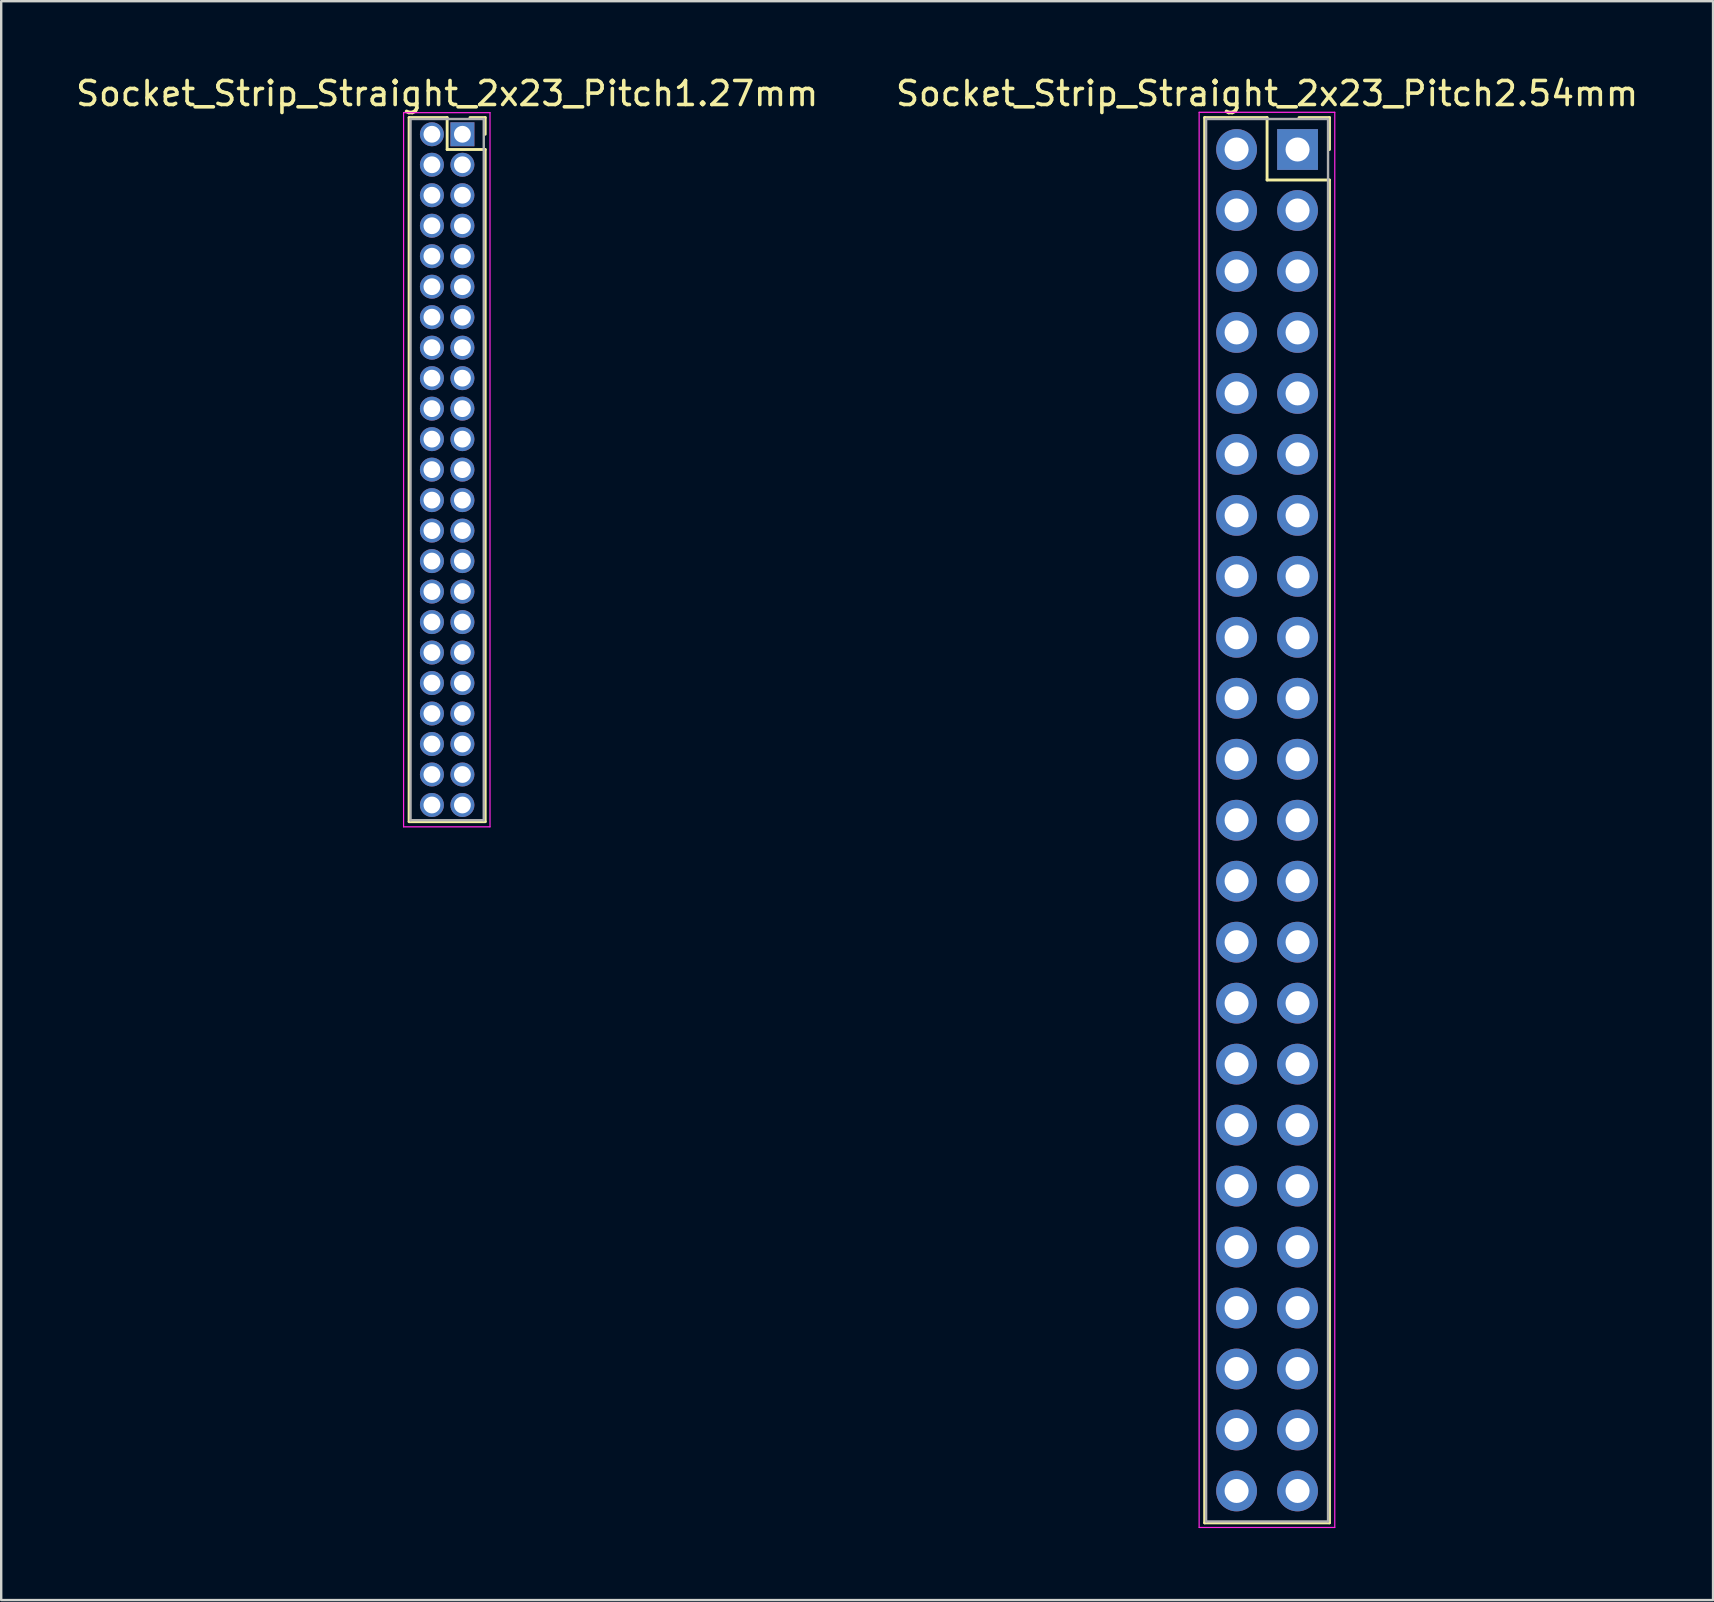
<source format=kicad_pcb>
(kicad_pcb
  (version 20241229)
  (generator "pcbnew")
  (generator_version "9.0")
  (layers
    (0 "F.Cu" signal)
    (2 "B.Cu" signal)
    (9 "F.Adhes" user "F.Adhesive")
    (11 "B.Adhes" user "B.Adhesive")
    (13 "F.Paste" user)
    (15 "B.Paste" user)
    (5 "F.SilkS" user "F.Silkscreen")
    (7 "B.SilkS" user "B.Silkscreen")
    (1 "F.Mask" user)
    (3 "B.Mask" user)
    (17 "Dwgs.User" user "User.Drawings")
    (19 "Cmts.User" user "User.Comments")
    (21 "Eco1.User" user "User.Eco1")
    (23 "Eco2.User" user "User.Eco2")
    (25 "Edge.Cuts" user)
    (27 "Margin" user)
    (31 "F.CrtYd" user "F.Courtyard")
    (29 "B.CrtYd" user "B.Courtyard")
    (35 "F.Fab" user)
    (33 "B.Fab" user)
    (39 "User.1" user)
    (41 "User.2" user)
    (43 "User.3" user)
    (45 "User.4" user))
  (footprint "Socket_Strip_Straight_2x23_Pitch2.54mm"
    (layer "F.Cu")
    (at 51.002 3.178)
    (property "Reference" "Socket_Strip_Straight_2x23_Pitch2.54mm" (at -1.27 -2.33 0) (layer "F.SilkS") (effects (font (size 1 1) (thickness 0.15))))
    (attr through_hole)
    (fp_line (start -3.87 -1.33) (end -1.27 -1.33) (stroke (width 0.12) (type solid)) (layer "F.SilkS"))
    (fp_line (start -3.87 57.21) (end -3.87 -1.33) (stroke (width 0.12) (type solid)) (layer "F.SilkS"))
    (fp_line (start -1.27 -1.33) (end -1.27 1.27) (stroke (width 0.12) (type solid)) (layer "F.SilkS"))
    (fp_line (start -1.27 1.27) (end 1.33 1.27) (stroke (width 0.12) (type solid)) (layer "F.SilkS"))
    (fp_line (start 1.33 -1.33) (end 0.06 -1.33) (stroke (width 0.12) (type solid)) (layer "F.SilkS"))
    (fp_line (start 1.33 0) (end 1.33 -1.33) (stroke (width 0.12) (type solid)) (layer "F.SilkS"))
    (fp_line (start 1.33 1.27) (end 1.33 57.21) (stroke (width 0.12) (type solid)) (layer "F.SilkS"))
    (fp_line (start 1.33 57.21) (end -3.87 57.21) (stroke (width 0.12) (type solid)) (layer "F.SilkS"))
    (fp_line (start -4.1 -1.55) (end -4.1 57.4) (stroke (width 0.05) (type solid)) (layer "F.CrtYd"))
    (fp_line (start -4.1 57.4) (end 1.55 57.4) (stroke (width 0.05) (type solid)) (layer "F.CrtYd"))
    (fp_line (start 1.55 -1.55) (end -4.1 -1.55) (stroke (width 0.05) (type solid)) (layer "F.CrtYd"))
    (fp_line (start 1.55 57.4) (end 1.55 -1.55) (stroke (width 0.05) (type solid)) (layer "F.CrtYd"))
    (fp_line (start -3.81 -1.27) (end -3.81 57.15) (stroke (width 0.1) (type solid)) (layer "F.Fab"))
    (fp_line (start -3.81 57.15) (end 1.27 57.15) (stroke (width 0.1) (type solid)) (layer "F.Fab"))
    (fp_line (start 1.27 -1.27) (end -3.81 -1.27) (stroke (width 0.1) (type solid)) (layer "F.Fab"))
    (fp_line (start 1.27 57.15) (end 1.27 -1.27) (stroke (width 0.1) (type solid)) (layer "F.Fab"))
    (pad "1" thru_hole rect (at 0 0) (size 1.7 1.7) (drill 1) (layers "*.Cu" "*.Mask"))
    (pad "2" thru_hole oval (at -2.54 0) (size 1.7 1.7) (drill 1) (layers "*.Cu" "*.Mask"))
    (pad "3" thru_hole oval (at 0 2.54) (size 1.7 1.7) (drill 1) (layers "*.Cu" "*.Mask"))
    (pad "4" thru_hole oval (at -2.54 2.54) (size 1.7 1.7) (drill 1) (layers "*.Cu" "*.Mask"))
    (pad "5" thru_hole oval (at 0 5.08) (size 1.7 1.7) (drill 1) (layers "*.Cu" "*.Mask"))
    (pad "6" thru_hole oval (at -2.54 5.08) (size 1.7 1.7) (drill 1) (layers "*.Cu" "*.Mask"))
    (pad "7" thru_hole oval (at 0 7.62) (size 1.7 1.7) (drill 1) (layers "*.Cu" "*.Mask"))
    (pad "8" thru_hole oval (at -2.54 7.62) (size 1.7 1.7) (drill 1) (layers "*.Cu" "*.Mask"))
    (pad "9" thru_hole oval (at 0 10.16) (size 1.7 1.7) (drill 1) (layers "*.Cu" "*.Mask"))
    (pad "10" thru_hole oval (at -2.54 10.16) (size 1.7 1.7) (drill 1) (layers "*.Cu" "*.Mask"))
    (pad "11" thru_hole oval (at 0 12.7) (size 1.7 1.7) (drill 1) (layers "*.Cu" "*.Mask"))
    (pad "12" thru_hole oval (at -2.54 12.7) (size 1.7 1.7) (drill 1) (layers "*.Cu" "*.Mask"))
    (pad "13" thru_hole oval (at 0 15.24) (size 1.7 1.7) (drill 1) (layers "*.Cu" "*.Mask"))
    (pad "14" thru_hole oval (at -2.54 15.24) (size 1.7 1.7) (drill 1) (layers "*.Cu" "*.Mask"))
    (pad "15" thru_hole oval (at 0 17.78) (size 1.7 1.7) (drill 1) (layers "*.Cu" "*.Mask"))
    (pad "16" thru_hole oval (at -2.54 17.78) (size 1.7 1.7) (drill 1) (layers "*.Cu" "*.Mask"))
    (pad "17" thru_hole oval (at 0 20.32) (size 1.7 1.7) (drill 1) (layers "*.Cu" "*.Mask"))
    (pad "18" thru_hole oval (at -2.54 20.32) (size 1.7 1.7) (drill 1) (layers "*.Cu" "*.Mask"))
    (pad "19" thru_hole oval (at 0 22.86) (size 1.7 1.7) (drill 1) (layers "*.Cu" "*.Mask"))
    (pad "20" thru_hole oval (at -2.54 22.86) (size 1.7 1.7) (drill 1) (layers "*.Cu" "*.Mask"))
    (pad "21" thru_hole oval (at 0 25.4) (size 1.7 1.7) (drill 1) (layers "*.Cu" "*.Mask"))
    (pad "22" thru_hole oval (at -2.54 25.4) (size 1.7 1.7) (drill 1) (layers "*.Cu" "*.Mask"))
    (pad "23" thru_hole oval (at 0 27.94) (size 1.7 1.7) (drill 1) (layers "*.Cu" "*.Mask"))
    (pad "24" thru_hole oval (at -2.54 27.94) (size 1.7 1.7) (drill 1) (layers "*.Cu" "*.Mask"))
    (pad "25" thru_hole oval (at 0 30.48) (size 1.7 1.7) (drill 1) (layers "*.Cu" "*.Mask"))
    (pad "26" thru_hole oval (at -2.54 30.48) (size 1.7 1.7) (drill 1) (layers "*.Cu" "*.Mask"))
    (pad "27" thru_hole oval (at 0 33.02) (size 1.7 1.7) (drill 1) (layers "*.Cu" "*.Mask"))
    (pad "28" thru_hole oval (at -2.54 33.02) (size 1.7 1.7) (drill 1) (layers "*.Cu" "*.Mask"))
    (pad "29" thru_hole oval (at 0 35.56) (size 1.7 1.7) (drill 1) (layers "*.Cu" "*.Mask"))
    (pad "30" thru_hole oval (at -2.54 35.56) (size 1.7 1.7) (drill 1) (layers "*.Cu" "*.Mask"))
    (pad "31" thru_hole oval (at 0 38.1) (size 1.7 1.7) (drill 1) (layers "*.Cu" "*.Mask"))
    (pad "32" thru_hole oval (at -2.54 38.1) (size 1.7 1.7) (drill 1) (layers "*.Cu" "*.Mask"))
    (pad "33" thru_hole oval (at 0 40.64) (size 1.7 1.7) (drill 1) (layers "*.Cu" "*.Mask"))
    (pad "34" thru_hole oval (at -2.54 40.64) (size 1.7 1.7) (drill 1) (layers "*.Cu" "*.Mask"))
    (pad "35" thru_hole oval (at 0 43.18) (size 1.7 1.7) (drill 1) (layers "*.Cu" "*.Mask"))
    (pad "36" thru_hole oval (at -2.54 43.18) (size 1.7 1.7) (drill 1) (layers "*.Cu" "*.Mask"))
    (pad "37" thru_hole oval (at 0 45.72) (size 1.7 1.7) (drill 1) (layers "*.Cu" "*.Mask"))
    (pad "38" thru_hole oval (at -2.54 45.72) (size 1.7 1.7) (drill 1) (layers "*.Cu" "*.Mask"))
    (pad "39" thru_hole oval (at 0 48.26) (size 1.7 1.7) (drill 1) (layers "*.Cu" "*.Mask"))
    (pad "40" thru_hole oval (at -2.54 48.26) (size 1.7 1.7) (drill 1) (layers "*.Cu" "*.Mask"))
    (pad "41" thru_hole oval (at 0 50.8) (size 1.7 1.7) (drill 1) (layers "*.Cu" "*.Mask"))
    (pad "42" thru_hole oval (at -2.54 50.8) (size 1.7 1.7) (drill 1) (layers "*.Cu" "*.Mask"))
    (pad "43" thru_hole oval (at 0 53.34) (size 1.7 1.7) (drill 1) (layers "*.Cu" "*.Mask"))
    (pad "44" thru_hole oval (at -2.54 53.34) (size 1.7 1.7) (drill 1) (layers "*.Cu" "*.Mask"))
    (pad "45" thru_hole oval (at 0 55.88) (size 1.7 1.7) (drill 1) (layers "*.Cu" "*.Mask"))
    (pad "46" thru_hole oval (at -2.54 55.88) (size 1.7 1.7) (drill 1) (layers "*.Cu" "*.Mask")))
  (footprint "Socket_Strip_Straight_2x23_Pitch1.27mm"
    (layer "F.Cu")
    (at 16.212 2.543)
    (property "Reference" "Socket_Strip_Straight_2x23_Pitch1.27mm" (at -0.635 -1.695 0) (layer "F.SilkS") (effects (font (size 1 1) (thickness 0.15))))
    (attr through_hole)
    (fp_line (start -2.22 -0.695) (end -0.635 -0.695) (stroke (width 0.12) (type solid)) (layer "F.SilkS"))
    (fp_line (start -2.22 28.635) (end -2.22 -0.695) (stroke (width 0.12) (type solid)) (layer "F.SilkS"))
    (fp_line (start -0.635 -0.695) (end -0.635 0.635) (stroke (width 0.12) (type solid)) (layer "F.SilkS"))
    (fp_line (start -0.635 0.635) (end 0.95 0.635) (stroke (width 0.12) (type solid)) (layer "F.SilkS"))
    (fp_line (start 0.95 -0.695) (end 0.315 -0.695) (stroke (width 0.12) (type solid)) (layer "F.SilkS"))
    (fp_line (start 0.95 0) (end 0.95 -0.695) (stroke (width 0.12) (type solid)) (layer "F.SilkS"))
    (fp_line (start 0.95 0.635) (end 0.95 28.635) (stroke (width 0.12) (type solid)) (layer "F.SilkS"))
    (fp_line (start 0.95 28.635) (end -2.22 28.635) (stroke (width 0.12) (type solid)) (layer "F.SilkS"))
    (fp_line (start -2.45 -0.9) (end -2.45 28.85) (stroke (width 0.05) (type solid)) (layer "F.CrtYd"))
    (fp_line (start -2.45 28.85) (end 1.15 28.85) (stroke (width 0.05) (type solid)) (layer "F.CrtYd"))
    (fp_line (start 1.15 -0.9) (end -2.45 -0.9) (stroke (width 0.05) (type solid)) (layer "F.CrtYd"))
    (fp_line (start 1.15 28.85) (end 1.15 -0.9) (stroke (width 0.05) (type solid)) (layer "F.CrtYd"))
    (fp_line (start -2.16 -0.635) (end -2.16 28.575) (stroke (width 0.1) (type solid)) (layer "F.Fab"))
    (fp_line (start -2.16 28.575) (end 0.89 28.575) (stroke (width 0.1) (type solid)) (layer "F.Fab"))
    (fp_line (start 0.89 -0.635) (end -2.16 -0.635) (stroke (width 0.1) (type solid)) (layer "F.Fab"))
    (fp_line (start 0.89 28.575) (end 0.89 -0.635) (stroke (width 0.1) (type solid)) (layer "F.Fab"))
    (pad "1" thru_hole rect (at 0 0) (size 1 1) (drill 0.7) (layers "*.Cu" "*.Mask"))
    (pad "2" thru_hole oval (at -1.27 0) (size 1 1) (drill 0.7) (layers "*.Cu" "*.Mask"))
    (pad "3" thru_hole oval (at 0 1.27) (size 1 1) (drill 0.7) (layers "*.Cu" "*.Mask"))
    (pad "4" thru_hole oval (at -1.27 1.27) (size 1 1) (drill 0.7) (layers "*.Cu" "*.Mask"))
    (pad "5" thru_hole oval (at 0 2.54) (size 1 1) (drill 0.7) (layers "*.Cu" "*.Mask"))
    (pad "6" thru_hole oval (at -1.27 2.54) (size 1 1) (drill 0.7) (layers "*.Cu" "*.Mask"))
    (pad "7" thru_hole oval (at 0 3.81) (size 1 1) (drill 0.7) (layers "*.Cu" "*.Mask"))
    (pad "8" thru_hole oval (at -1.27 3.81) (size 1 1) (drill 0.7) (layers "*.Cu" "*.Mask"))
    (pad "9" thru_hole oval (at 0 5.08) (size 1 1) (drill 0.7) (layers "*.Cu" "*.Mask"))
    (pad "10" thru_hole oval (at -1.27 5.08) (size 1 1) (drill 0.7) (layers "*.Cu" "*.Mask"))
    (pad "11" thru_hole oval (at 0 6.35) (size 1 1) (drill 0.7) (layers "*.Cu" "*.Mask"))
    (pad "12" thru_hole oval (at -1.27 6.35) (size 1 1) (drill 0.7) (layers "*.Cu" "*.Mask"))
    (pad "13" thru_hole oval (at 0 7.62) (size 1 1) (drill 0.7) (layers "*.Cu" "*.Mask"))
    (pad "14" thru_hole oval (at -1.27 7.62) (size 1 1) (drill 0.7) (layers "*.Cu" "*.Mask"))
    (pad "15" thru_hole oval (at 0 8.89) (size 1 1) (drill 0.7) (layers "*.Cu" "*.Mask"))
    (pad "16" thru_hole oval (at -1.27 8.89) (size 1 1) (drill 0.7) (layers "*.Cu" "*.Mask"))
    (pad "17" thru_hole oval (at 0 10.16) (size 1 1) (drill 0.7) (layers "*.Cu" "*.Mask"))
    (pad "18" thru_hole oval (at -1.27 10.16) (size 1 1) (drill 0.7) (layers "*.Cu" "*.Mask"))
    (pad "19" thru_hole oval (at 0 11.43) (size 1 1) (drill 0.7) (layers "*.Cu" "*.Mask"))
    (pad "20" thru_hole oval (at -1.27 11.43) (size 1 1) (drill 0.7) (layers "*.Cu" "*.Mask"))
    (pad "21" thru_hole oval (at 0 12.7) (size 1 1) (drill 0.7) (layers "*.Cu" "*.Mask"))
    (pad "22" thru_hole oval (at -1.27 12.7) (size 1 1) (drill 0.7) (layers "*.Cu" "*.Mask"))
    (pad "23" thru_hole oval (at 0 13.97) (size 1 1) (drill 0.7) (layers "*.Cu" "*.Mask"))
    (pad "24" thru_hole oval (at -1.27 13.97) (size 1 1) (drill 0.7) (layers "*.Cu" "*.Mask"))
    (pad "25" thru_hole oval (at 0 15.24) (size 1 1) (drill 0.7) (layers "*.Cu" "*.Mask"))
    (pad "26" thru_hole oval (at -1.27 15.24) (size 1 1) (drill 0.7) (layers "*.Cu" "*.Mask"))
    (pad "27" thru_hole oval (at 0 16.51) (size 1 1) (drill 0.7) (layers "*.Cu" "*.Mask"))
    (pad "28" thru_hole oval (at -1.27 16.51) (size 1 1) (drill 0.7) (layers "*.Cu" "*.Mask"))
    (pad "29" thru_hole oval (at 0 17.78) (size 1 1) (drill 0.7) (layers "*.Cu" "*.Mask"))
    (pad "30" thru_hole oval (at -1.27 17.78) (size 1 1) (drill 0.7) (layers "*.Cu" "*.Mask"))
    (pad "31" thru_hole oval (at 0 19.05) (size 1 1) (drill 0.7) (layers "*.Cu" "*.Mask"))
    (pad "32" thru_hole oval (at -1.27 19.05) (size 1 1) (drill 0.7) (layers "*.Cu" "*.Mask"))
    (pad "33" thru_hole oval (at 0 20.32) (size 1 1) (drill 0.7) (layers "*.Cu" "*.Mask"))
    (pad "34" thru_hole oval (at -1.27 20.32) (size 1 1) (drill 0.7) (layers "*.Cu" "*.Mask"))
    (pad "35" thru_hole oval (at 0 21.59) (size 1 1) (drill 0.7) (layers "*.Cu" "*.Mask"))
    (pad "36" thru_hole oval (at -1.27 21.59) (size 1 1) (drill 0.7) (layers "*.Cu" "*.Mask"))
    (pad "37" thru_hole oval (at 0 22.86) (size 1 1) (drill 0.7) (layers "*.Cu" "*.Mask"))
    (pad "38" thru_hole oval (at -1.27 22.86) (size 1 1) (drill 0.7) (layers "*.Cu" "*.Mask"))
    (pad "39" thru_hole oval (at 0 24.13) (size 1 1) (drill 0.7) (layers "*.Cu" "*.Mask"))
    (pad "40" thru_hole oval (at -1.27 24.13) (size 1 1) (drill 0.7) (layers "*.Cu" "*.Mask"))
    (pad "41" thru_hole oval (at 0 25.4) (size 1 1) (drill 0.7) (layers "*.Cu" "*.Mask"))
    (pad "42" thru_hole oval (at -1.27 25.4) (size 1 1) (drill 0.7) (layers "*.Cu" "*.Mask"))
    (pad "43" thru_hole oval (at 0 26.67) (size 1 1) (drill 0.7) (layers "*.Cu" "*.Mask"))
    (pad "44" thru_hole oval (at -1.27 26.67) (size 1 1) (drill 0.7) (layers "*.Cu" "*.Mask"))
    (pad "45" thru_hole oval (at 0 27.94) (size 1 1) (drill 0.7) (layers "*.Cu" "*.Mask"))
    (pad "46" thru_hole oval (at -1.27 27.94) (size 1 1) (drill 0.7) (layers "*.Cu" "*.Mask")))
  (gr_rect
    (start -3 -3)
    (end 68.31 63.603)
    (stroke (width 0.1) (type default))
    (fill no)
    (layer "Edge.Cuts")))
</source>
